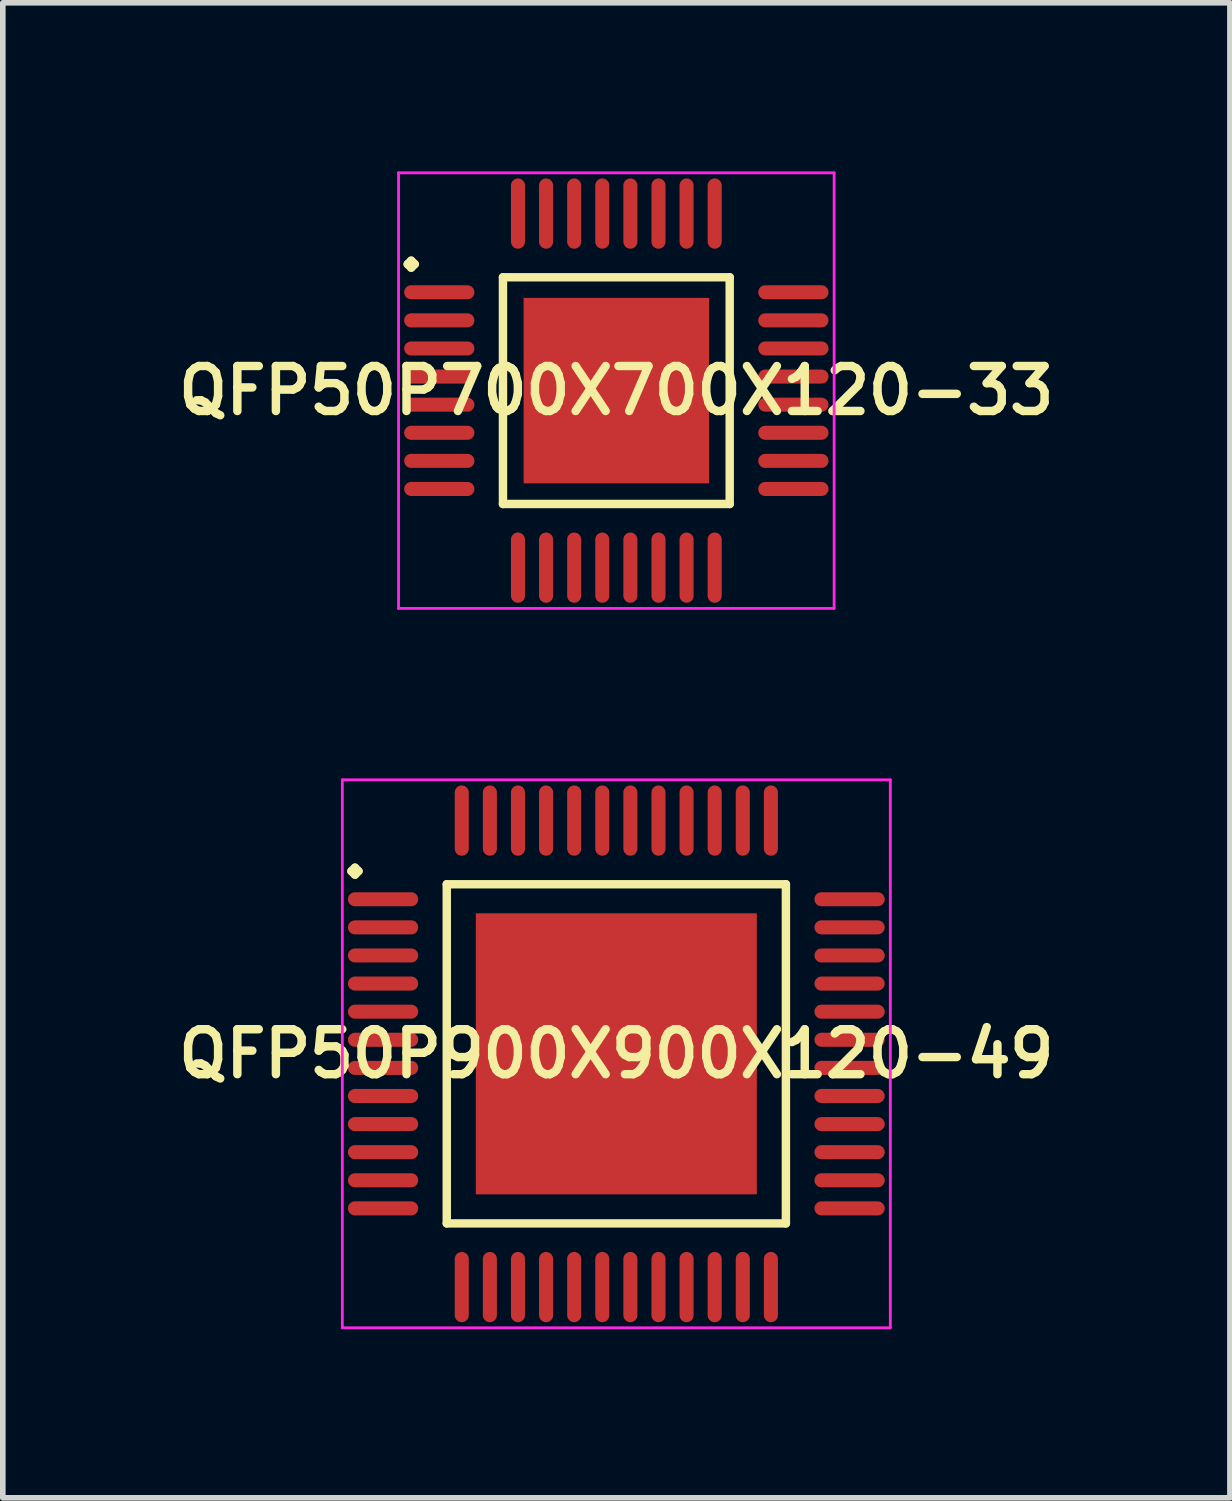
<source format=kicad_pcb>
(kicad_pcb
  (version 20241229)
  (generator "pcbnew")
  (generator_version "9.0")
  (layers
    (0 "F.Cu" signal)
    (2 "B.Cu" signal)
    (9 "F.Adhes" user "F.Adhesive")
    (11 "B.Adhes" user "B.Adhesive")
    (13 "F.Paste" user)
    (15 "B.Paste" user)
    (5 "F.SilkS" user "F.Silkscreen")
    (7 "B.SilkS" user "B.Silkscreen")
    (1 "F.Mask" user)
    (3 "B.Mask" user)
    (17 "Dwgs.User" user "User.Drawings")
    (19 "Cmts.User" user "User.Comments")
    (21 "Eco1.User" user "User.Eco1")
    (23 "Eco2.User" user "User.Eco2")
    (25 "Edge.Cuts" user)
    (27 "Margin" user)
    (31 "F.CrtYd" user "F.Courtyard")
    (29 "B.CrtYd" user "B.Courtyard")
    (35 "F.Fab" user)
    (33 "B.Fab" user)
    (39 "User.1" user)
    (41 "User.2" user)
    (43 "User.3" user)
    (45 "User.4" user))
  (footprint "QFP50P700X700X120-33"
    (layer "F.Cu")
    (at 7.916 3.9)
    (property "Reference" "QFP50P700X700X120-33" (at 0 0 0) (layer "F.SilkS") (effects (font (size 0.8 0.8) (thickness 0.15))))
    (attr smd)
    (fp_line (start -3.712 -2.25) (end -3.65 -2.312) (stroke (width 0.15) (type solid)) (layer "F.SilkS"))
    (fp_line (start -3.65 -2.312) (end -3.587 -2.25) (stroke (width 0.15) (type solid)) (layer "F.SilkS"))
    (fp_line (start -3.65 -2.188) (end -3.712 -2.25) (stroke (width 0.15) (type solid)) (layer "F.SilkS"))
    (fp_line (start -3.587 -2.25) (end -3.65 -2.188) (stroke (width 0.15) (type solid)) (layer "F.SilkS"))
    (fp_line (start -2.017 -2.017) (end -2.017 2.017) (stroke (width 0.15) (type solid)) (layer "F.SilkS"))
    (fp_line (start -2.017 2.017) (end 2.017 2.017) (stroke (width 0.15) (type solid)) (layer "F.SilkS"))
    (fp_line (start 2.017 -2.017) (end -2.017 -2.017) (stroke (width 0.15) (type solid)) (layer "F.SilkS"))
    (fp_line (start 2.017 2.017) (end 2.017 -2.017) (stroke (width 0.15) (type solid)) (layer "F.SilkS"))
    (fp_line (start -3.875 -3.875) (end 3.875 -3.875) (stroke (width 0.05) (type solid)) (layer "F.CrtYd"))
    (fp_line (start -3.875 3.875) (end -3.875 -3.875) (stroke (width 0.05) (type solid)) (layer "F.CrtYd"))
    (fp_line (start 3.875 -3.875) (end 3.875 3.875) (stroke (width 0.05) (type solid)) (layer "F.CrtYd"))
    (fp_line (start 3.875 3.875) (end -3.875 3.875) (stroke (width 0.05) (type solid)) (layer "F.CrtYd"))
    (pad "1" smd oval (at -3.15 -1.75) (size 1.25 0.25) (layers "F.Cu" "F.Mask" "F.Paste"))
    (pad "2" smd oval (at -3.15 -1.25) (size 1.25 0.25) (layers "F.Cu" "F.Mask" "F.Paste"))
    (pad "3" smd oval (at -3.15 -0.75) (size 1.25 0.25) (layers "F.Cu" "F.Mask" "F.Paste"))
    (pad "4" smd oval (at -3.15 -0.25) (size 1.25 0.25) (layers "F.Cu" "F.Mask" "F.Paste"))
    (pad "5" smd oval (at -3.15 0.25) (size 1.25 0.25) (layers "F.Cu" "F.Mask" "F.Paste"))
    (pad "6" smd oval (at -3.15 0.75) (size 1.25 0.25) (layers "F.Cu" "F.Mask" "F.Paste"))
    (pad "7" smd oval (at -3.15 1.25) (size 1.25 0.25) (layers "F.Cu" "F.Mask" "F.Paste"))
    (pad "8" smd oval (at -3.15 1.75) (size 1.25 0.25) (layers "F.Cu" "F.Mask" "F.Paste"))
    (pad "9" smd oval (at -1.75 3.15) (size 0.25 1.25) (layers "F.Cu" "F.Mask" "F.Paste"))
    (pad "10" smd oval (at -1.25 3.15) (size 0.25 1.25) (layers "F.Cu" "F.Mask" "F.Paste"))
    (pad "11" smd oval (at -0.75 3.15) (size 0.25 1.25) (layers "F.Cu" "F.Mask" "F.Paste"))
    (pad "12" smd oval (at -0.25 3.15) (size 0.25 1.25) (layers "F.Cu" "F.Mask" "F.Paste"))
    (pad "13" smd oval (at 0.25 3.15) (size 0.25 1.25) (layers "F.Cu" "F.Mask" "F.Paste"))
    (pad "14" smd oval (at 0.75 3.15) (size 0.25 1.25) (layers "F.Cu" "F.Mask" "F.Paste"))
    (pad "15" smd oval (at 1.25 3.15) (size 0.25 1.25) (layers "F.Cu" "F.Mask" "F.Paste"))
    (pad "16" smd oval (at 1.75 3.15) (size 0.25 1.25) (layers "F.Cu" "F.Mask" "F.Paste"))
    (pad "17" smd oval (at 3.15 1.75) (size 1.25 0.25) (layers "F.Cu" "F.Mask" "F.Paste"))
    (pad "18" smd oval (at 3.15 1.25) (size 1.25 0.25) (layers "F.Cu" "F.Mask" "F.Paste"))
    (pad "19" smd oval (at 3.15 0.75) (size 1.25 0.25) (layers "F.Cu" "F.Mask" "F.Paste"))
    (pad "20" smd oval (at 3.15 0.25) (size 1.25 0.25) (layers "F.Cu" "F.Mask" "F.Paste"))
    (pad "21" smd oval (at 3.15 -0.25) (size 1.25 0.25) (layers "F.Cu" "F.Mask" "F.Paste"))
    (pad "22" smd oval (at 3.15 -0.75) (size 1.25 0.25) (layers "F.Cu" "F.Mask" "F.Paste"))
    (pad "23" smd oval (at 3.15 -1.25) (size 1.25 0.25) (layers "F.Cu" "F.Mask" "F.Paste"))
    (pad "24" smd oval (at 3.15 -1.75) (size 1.25 0.25) (layers "F.Cu" "F.Mask" "F.Paste"))
    (pad "25" smd oval (at 1.75 -3.15) (size 0.25 1.25) (layers "F.Cu" "F.Mask" "F.Paste"))
    (pad "26" smd oval (at 1.25 -3.15) (size 0.25 1.25) (layers "F.Cu" "F.Mask" "F.Paste"))
    (pad "27" smd oval (at 0.75 -3.15) (size 0.25 1.25) (layers "F.Cu" "F.Mask" "F.Paste"))
    (pad "28" smd oval (at 0.25 -3.15) (size 0.25 1.25) (layers "F.Cu" "F.Mask" "F.Paste"))
    (pad "29" smd oval (at -0.25 -3.15) (size 0.25 1.25) (layers "F.Cu" "F.Mask" "F.Paste"))
    (pad "30" smd oval (at -0.75 -3.15) (size 0.25 1.25) (layers "F.Cu" "F.Mask" "F.Paste"))
    (pad "31" smd oval (at -1.25 -3.15) (size 0.25 1.25) (layers "F.Cu" "F.Mask" "F.Paste"))
    (pad "32" smd oval (at -1.75 -3.15) (size 0.25 1.25) (layers "F.Cu" "F.Mask" "F.Paste"))
    (pad "33" smd rect (at 0 0) (size 3.3 3.3) (layers "F.Cu" "F.Mask" "F.Paste")))
  (footprint "QFP50P900X900X120-49"
    (layer "F.Cu")
    (at 7.916 15.7)
    (property "Reference" "QFP50P900X900X120-49" (at 0 0 0) (layer "F.SilkS") (effects (font (size 0.8 0.8) (thickness 0.15))))
    (attr smd)
    (fp_line (start -4.713 -3.25) (end -4.65 -3.312) (stroke (width 0.15) (type solid)) (layer "F.SilkS"))
    (fp_line (start -4.65 -3.312) (end -4.588 -3.25) (stroke (width 0.15) (type solid)) (layer "F.SilkS"))
    (fp_line (start -4.65 -3.188) (end -4.713 -3.25) (stroke (width 0.15) (type solid)) (layer "F.SilkS"))
    (fp_line (start -4.588 -3.25) (end -4.65 -3.188) (stroke (width 0.15) (type solid)) (layer "F.SilkS"))
    (fp_line (start -3.017 -3.017) (end -3.017 3.017) (stroke (width 0.15) (type solid)) (layer "F.SilkS"))
    (fp_line (start -3.017 3.017) (end 3.017 3.017) (stroke (width 0.15) (type solid)) (layer "F.SilkS"))
    (fp_line (start 3.017 -3.017) (end -3.017 -3.017) (stroke (width 0.15) (type solid)) (layer "F.SilkS"))
    (fp_line (start 3.017 3.017) (end 3.017 -3.017) (stroke (width 0.15) (type solid)) (layer "F.SilkS"))
    (fp_line (start -4.875 -4.875) (end 4.875 -4.875) (stroke (width 0.05) (type solid)) (layer "F.CrtYd"))
    (fp_line (start -4.875 4.875) (end -4.875 -4.875) (stroke (width 0.05) (type solid)) (layer "F.CrtYd"))
    (fp_line (start 4.875 -4.875) (end 4.875 4.875) (stroke (width 0.05) (type solid)) (layer "F.CrtYd"))
    (fp_line (start 4.875 4.875) (end -4.875 4.875) (stroke (width 0.05) (type solid)) (layer "F.CrtYd"))
    (pad "1" smd oval (at -4.15 -2.75) (size 1.25 0.25) (layers "F.Cu" "F.Mask" "F.Paste"))
    (pad "2" smd oval (at -4.15 -2.25) (size 1.25 0.25) (layers "F.Cu" "F.Mask" "F.Paste"))
    (pad "3" smd oval (at -4.15 -1.75) (size 1.25 0.25) (layers "F.Cu" "F.Mask" "F.Paste"))
    (pad "4" smd oval (at -4.15 -1.25) (size 1.25 0.25) (layers "F.Cu" "F.Mask" "F.Paste"))
    (pad "5" smd oval (at -4.15 -0.75) (size 1.25 0.25) (layers "F.Cu" "F.Mask" "F.Paste"))
    (pad "6" smd oval (at -4.15 -0.25) (size 1.25 0.25) (layers "F.Cu" "F.Mask" "F.Paste"))
    (pad "7" smd oval (at -4.15 0.25) (size 1.25 0.25) (layers "F.Cu" "F.Mask" "F.Paste"))
    (pad "8" smd oval (at -4.15 0.75) (size 1.25 0.25) (layers "F.Cu" "F.Mask" "F.Paste"))
    (pad "9" smd oval (at -4.15 1.25) (size 1.25 0.25) (layers "F.Cu" "F.Mask" "F.Paste"))
    (pad "10" smd oval (at -4.15 1.75) (size 1.25 0.25) (layers "F.Cu" "F.Mask" "F.Paste"))
    (pad "11" smd oval (at -4.15 2.25) (size 1.25 0.25) (layers "F.Cu" "F.Mask" "F.Paste"))
    (pad "12" smd oval (at -4.15 2.75) (size 1.25 0.25) (layers "F.Cu" "F.Mask" "F.Paste"))
    (pad "13" smd oval (at -2.75 4.15) (size 0.25 1.25) (layers "F.Cu" "F.Mask" "F.Paste"))
    (pad "14" smd oval (at -2.25 4.15) (size 0.25 1.25) (layers "F.Cu" "F.Mask" "F.Paste"))
    (pad "15" smd oval (at -1.75 4.15) (size 0.25 1.25) (layers "F.Cu" "F.Mask" "F.Paste"))
    (pad "16" smd oval (at -1.25 4.15) (size 0.25 1.25) (layers "F.Cu" "F.Mask" "F.Paste"))
    (pad "17" smd oval (at -0.75 4.15) (size 0.25 1.25) (layers "F.Cu" "F.Mask" "F.Paste"))
    (pad "18" smd oval (at -0.25 4.15) (size 0.25 1.25) (layers "F.Cu" "F.Mask" "F.Paste"))
    (pad "19" smd oval (at 0.25 4.15) (size 0.25 1.25) (layers "F.Cu" "F.Mask" "F.Paste"))
    (pad "20" smd oval (at 0.75 4.15) (size 0.25 1.25) (layers "F.Cu" "F.Mask" "F.Paste"))
    (pad "21" smd oval (at 1.25 4.15) (size 0.25 1.25) (layers "F.Cu" "F.Mask" "F.Paste"))
    (pad "22" smd oval (at 1.75 4.15) (size 0.25 1.25) (layers "F.Cu" "F.Mask" "F.Paste"))
    (pad "23" smd oval (at 2.25 4.15) (size 0.25 1.25) (layers "F.Cu" "F.Mask" "F.Paste"))
    (pad "24" smd oval (at 2.75 4.15) (size 0.25 1.25) (layers "F.Cu" "F.Mask" "F.Paste"))
    (pad "25" smd oval (at 4.15 2.75) (size 1.25 0.25) (layers "F.Cu" "F.Mask" "F.Paste"))
    (pad "26" smd oval (at 4.15 2.25) (size 1.25 0.25) (layers "F.Cu" "F.Mask" "F.Paste"))
    (pad "27" smd oval (at 4.15 1.75) (size 1.25 0.25) (layers "F.Cu" "F.Mask" "F.Paste"))
    (pad "28" smd oval (at 4.15 1.25) (size 1.25 0.25) (layers "F.Cu" "F.Mask" "F.Paste"))
    (pad "29" smd oval (at 4.15 0.75) (size 1.25 0.25) (layers "F.Cu" "F.Mask" "F.Paste"))
    (pad "30" smd oval (at 4.15 0.25) (size 1.25 0.25) (layers "F.Cu" "F.Mask" "F.Paste"))
    (pad "31" smd oval (at 4.15 -0.25) (size 1.25 0.25) (layers "F.Cu" "F.Mask" "F.Paste"))
    (pad "32" smd oval (at 4.15 -0.75) (size 1.25 0.25) (layers "F.Cu" "F.Mask" "F.Paste"))
    (pad "33" smd oval (at 4.15 -1.25) (size 1.25 0.25) (layers "F.Cu" "F.Mask" "F.Paste"))
    (pad "34" smd oval (at 4.15 -1.75) (size 1.25 0.25) (layers "F.Cu" "F.Mask" "F.Paste"))
    (pad "35" smd oval (at 4.15 -2.25) (size 1.25 0.25) (layers "F.Cu" "F.Mask" "F.Paste"))
    (pad "36" smd oval (at 4.15 -2.75) (size 1.25 0.25) (layers "F.Cu" "F.Mask" "F.Paste"))
    (pad "37" smd oval (at 2.75 -4.15) (size 0.25 1.25) (layers "F.Cu" "F.Mask" "F.Paste"))
    (pad "38" smd oval (at 2.25 -4.15) (size 0.25 1.25) (layers "F.Cu" "F.Mask" "F.Paste"))
    (pad "39" smd oval (at 1.75 -4.15) (size 0.25 1.25) (layers "F.Cu" "F.Mask" "F.Paste"))
    (pad "40" smd oval (at 1.25 -4.15) (size 0.25 1.25) (layers "F.Cu" "F.Mask" "F.Paste"))
    (pad "41" smd oval (at 0.75 -4.15) (size 0.25 1.25) (layers "F.Cu" "F.Mask" "F.Paste"))
    (pad "42" smd oval (at 0.25 -4.15) (size 0.25 1.25) (layers "F.Cu" "F.Mask" "F.Paste"))
    (pad "43" smd oval (at -0.25 -4.15) (size 0.25 1.25) (layers "F.Cu" "F.Mask" "F.Paste"))
    (pad "44" smd oval (at -0.75 -4.15) (size 0.25 1.25) (layers "F.Cu" "F.Mask" "F.Paste"))
    (pad "45" smd oval (at -1.25 -4.15) (size 0.25 1.25) (layers "F.Cu" "F.Mask" "F.Paste"))
    (pad "46" smd oval (at -1.75 -4.15) (size 0.25 1.25) (layers "F.Cu" "F.Mask" "F.Paste"))
    (pad "47" smd oval (at -2.25 -4.15) (size 0.25 1.25) (layers "F.Cu" "F.Mask" "F.Paste"))
    (pad "48" smd oval (at -2.75 -4.15) (size 0.25 1.25) (layers "F.Cu" "F.Mask" "F.Paste"))
    (pad "49" smd rect (at 0 0) (size 5 5) (layers "F.Cu" "F.Mask" "F.Paste")))
  (gr_rect
    (start -3 -3)
    (end 18.833 23.6)
    (stroke (width 0.1) (type default))
    (fill no)
    (layer "Edge.Cuts")))
</source>
